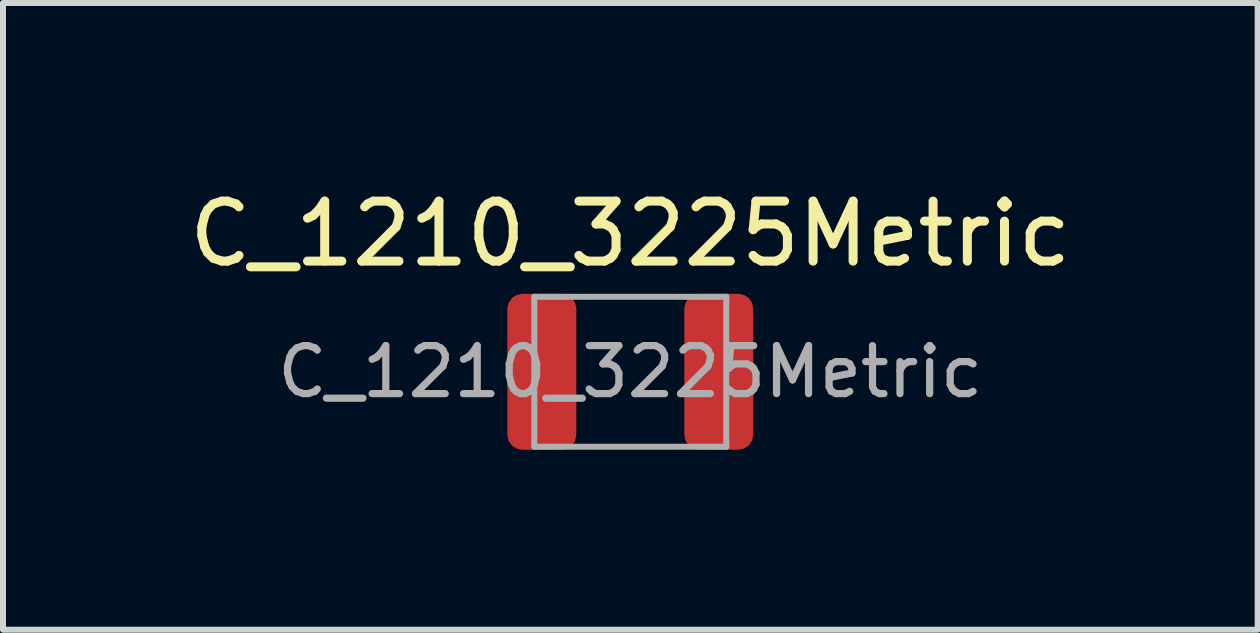
<source format=kicad_pcb>
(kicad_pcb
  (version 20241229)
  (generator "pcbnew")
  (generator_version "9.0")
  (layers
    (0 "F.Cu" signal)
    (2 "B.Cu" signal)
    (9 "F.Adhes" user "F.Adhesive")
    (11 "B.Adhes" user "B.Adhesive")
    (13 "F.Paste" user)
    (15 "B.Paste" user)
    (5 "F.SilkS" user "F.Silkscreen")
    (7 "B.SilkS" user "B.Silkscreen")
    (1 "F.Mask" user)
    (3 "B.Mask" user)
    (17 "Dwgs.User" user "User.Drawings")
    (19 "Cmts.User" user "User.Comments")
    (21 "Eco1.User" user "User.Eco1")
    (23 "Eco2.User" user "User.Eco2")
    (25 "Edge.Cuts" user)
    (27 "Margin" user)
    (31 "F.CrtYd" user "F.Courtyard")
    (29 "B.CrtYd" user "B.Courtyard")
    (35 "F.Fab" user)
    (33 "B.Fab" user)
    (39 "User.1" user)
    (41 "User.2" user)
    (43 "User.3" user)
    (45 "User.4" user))
  (footprint "C_1210_3225Metric"
    (layer "F.Cu")
    (at 7.458 3.148)
    (property "Reference" "C_1210_3225Metric" (at 0 -2.3 0) (layer "F.SilkS") (effects (font (size 1 1) (thickness 0.15))))
    (attr smd)
    (fp_line (start -1.6 -1.25) (end 1.6 -1.25) (stroke (width 0.1) (type solid)) (layer "F.Fab"))
    (fp_line (start -1.6 1.25) (end -1.6 -1.25) (stroke (width 0.1) (type solid)) (layer "F.Fab"))
    (fp_line (start 1.6 -1.25) (end 1.6 1.25) (stroke (width 0.1) (type solid)) (layer "F.Fab"))
    (fp_line (start 1.6 1.25) (end -1.6 1.25) (stroke (width 0.1) (type solid)) (layer "F.Fab"))
    (fp_text user "${REFERENCE}" (at 0 0 0) (layer "F.Fab") (effects (font (size 0.8 0.8) (thickness 0.12))))
    (pad "1" smd roundrect (at -1.475 0) (size 1.15 2.6) (layers "F.Cu" "F.Mask" "F.Paste") (roundrect_rratio 0.217))
    (pad "2" smd roundrect (at 1.475 0) (size 1.15 2.6) (layers "F.Cu" "F.Mask" "F.Paste") (roundrect_rratio 0.217)))
  (gr_rect
    (start -3 -3)
    (end 17.917 7.448)
    (stroke (width 0.1) (type default))
    (fill no)
    (layer "Edge.Cuts")))
</source>
